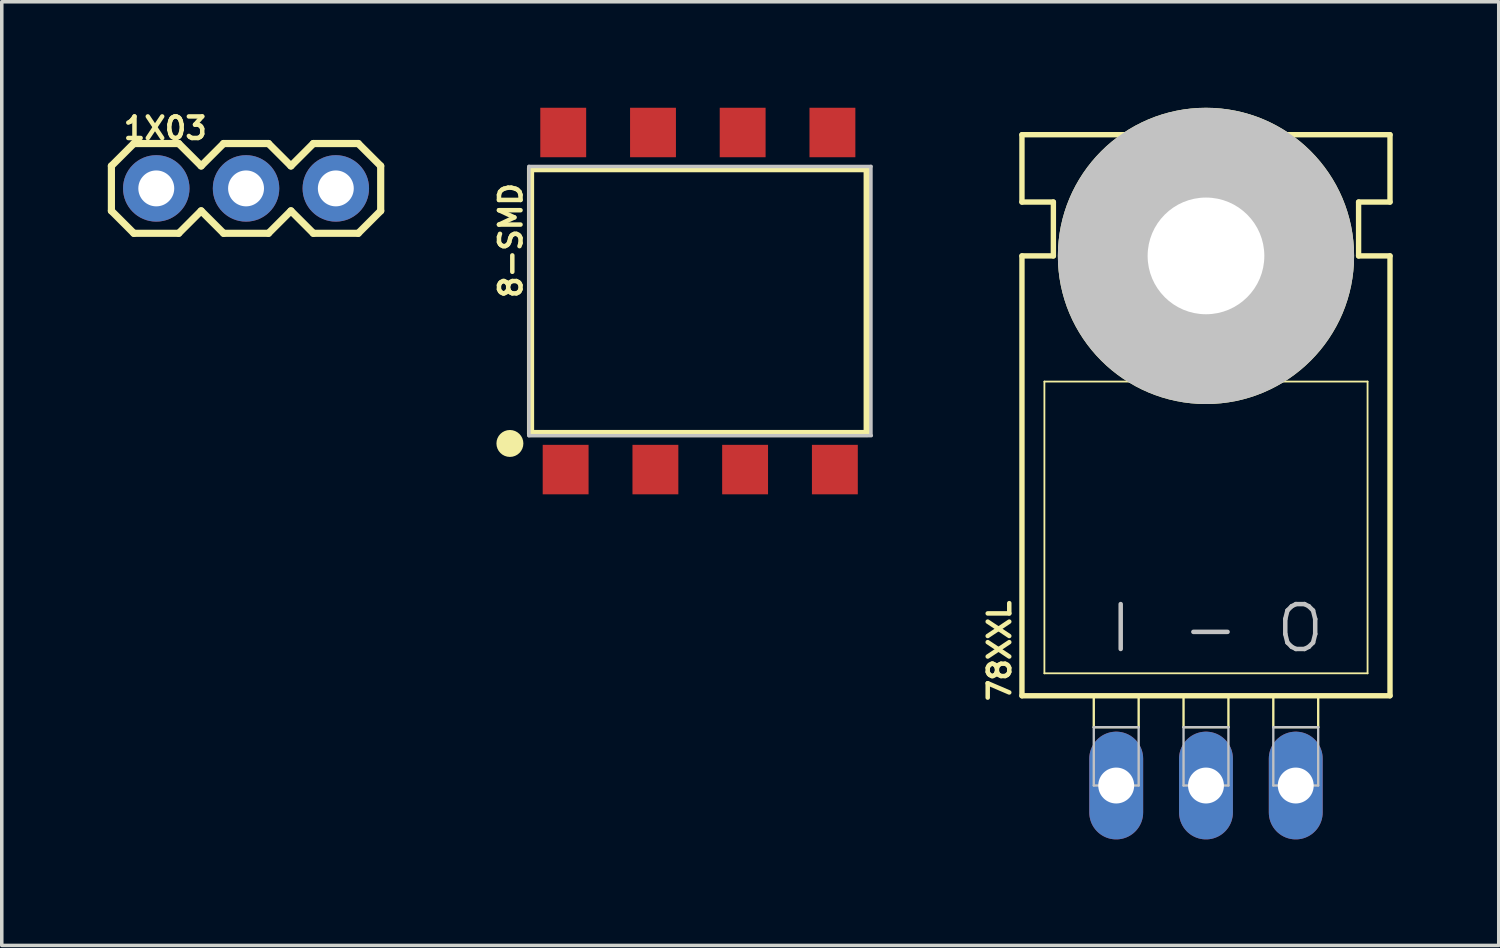
<source format=kicad_pcb>
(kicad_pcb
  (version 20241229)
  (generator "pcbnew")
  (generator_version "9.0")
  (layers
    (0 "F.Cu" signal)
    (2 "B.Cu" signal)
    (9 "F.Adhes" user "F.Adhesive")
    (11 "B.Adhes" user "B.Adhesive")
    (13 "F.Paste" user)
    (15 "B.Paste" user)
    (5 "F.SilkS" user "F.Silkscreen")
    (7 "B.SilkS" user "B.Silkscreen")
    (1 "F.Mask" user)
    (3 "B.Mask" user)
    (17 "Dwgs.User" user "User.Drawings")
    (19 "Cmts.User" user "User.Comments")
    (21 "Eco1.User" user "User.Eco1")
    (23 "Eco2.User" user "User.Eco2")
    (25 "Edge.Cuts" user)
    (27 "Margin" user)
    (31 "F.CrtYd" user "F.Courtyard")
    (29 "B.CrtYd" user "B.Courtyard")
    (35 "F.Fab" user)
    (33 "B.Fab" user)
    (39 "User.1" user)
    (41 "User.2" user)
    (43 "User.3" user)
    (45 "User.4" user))
  (footprint "1X03"
    (layer "F.Cu")
    (at 1.372 2.281)
    (property "Reference" "1X03" (at 0.254 -1.702 0) (layer "F.SilkS") (effects (font (size 0.61 0.61) (thickness 0.127))))
    (attr exclude_from_pos_files exclude_from_bom)
    (fp_line (start -1.27 -0.635) (end -1.27 0.635) (stroke (width 0.203) (type solid)) (layer "F.SilkS"))
    (fp_line (start -1.27 0.635) (end -0.635 1.27) (stroke (width 0.203) (type solid)) (layer "F.SilkS"))
    (fp_line (start -0.635 -1.27) (end -1.27 -0.635) (stroke (width 0.203) (type solid)) (layer "F.SilkS"))
    (fp_line (start -0.635 -1.27) (end 0.635 -1.27) (stroke (width 0.203) (type solid)) (layer "F.SilkS"))
    (fp_line (start 0.635 -1.27) (end 1.27 -0.635) (stroke (width 0.203) (type solid)) (layer "F.SilkS"))
    (fp_line (start 0.635 1.27) (end -0.635 1.27) (stroke (width 0.203) (type solid)) (layer "F.SilkS"))
    (fp_line (start 1.27 -0.635) (end 1.905 -1.27) (stroke (width 0.203) (type solid)) (layer "F.SilkS"))
    (fp_line (start 1.27 0.635) (end 0.635 1.27) (stroke (width 0.203) (type solid)) (layer "F.SilkS"))
    (fp_line (start 1.905 -1.27) (end 3.175 -1.27) (stroke (width 0.203) (type solid)) (layer "F.SilkS"))
    (fp_line (start 1.905 1.27) (end 1.27 0.635) (stroke (width 0.203) (type solid)) (layer "F.SilkS"))
    (fp_line (start 3.175 -1.27) (end 3.81 -0.635) (stroke (width 0.203) (type solid)) (layer "F.SilkS"))
    (fp_line (start 3.175 1.27) (end 1.905 1.27) (stroke (width 0.203) (type solid)) (layer "F.SilkS"))
    (fp_line (start 3.81 -0.635) (end 4.445 -1.27) (stroke (width 0.203) (type solid)) (layer "F.SilkS"))
    (fp_line (start 3.81 0.635) (end 3.175 1.27) (stroke (width 0.203) (type solid)) (layer "F.SilkS"))
    (fp_line (start 4.445 -1.27) (end 5.715 -1.27) (stroke (width 0.203) (type solid)) (layer "F.SilkS"))
    (fp_line (start 4.445 1.27) (end 3.81 0.635) (stroke (width 0.203) (type solid)) (layer "F.SilkS"))
    (fp_line (start 5.715 -1.27) (end 6.35 -0.635) (stroke (width 0.203) (type solid)) (layer "F.SilkS"))
    (fp_line (start 5.715 1.27) (end 4.445 1.27) (stroke (width 0.203) (type solid)) (layer "F.SilkS"))
    (fp_line (start 6.35 -0.635) (end 6.35 0.635) (stroke (width 0.203) (type solid)) (layer "F.SilkS"))
    (fp_line (start 6.35 0.635) (end 5.715 1.27) (stroke (width 0.203) (type solid)) (layer "F.SilkS"))
    (fp_line (start -0.254 -0.254) (end 0.254 -0.254) (stroke (width 0.066) (type solid)) (layer "Dwgs.User"))
    (fp_line (start -0.254 0.254) (end -0.254 -0.254) (stroke (width 0.066) (type solid)) (layer "Dwgs.User"))
    (fp_line (start -0.254 0.254) (end 0.254 0.254) (stroke (width 0.066) (type solid)) (layer "Dwgs.User"))
    (fp_line (start 0.254 0.254) (end 0.254 -0.254) (stroke (width 0.066) (type solid)) (layer "Dwgs.User"))
    (fp_line (start 2.286 -0.254) (end 2.794 -0.254) (stroke (width 0.066) (type solid)) (layer "Dwgs.User"))
    (fp_line (start 2.286 0.254) (end 2.286 -0.254) (stroke (width 0.066) (type solid)) (layer "Dwgs.User"))
    (fp_line (start 2.286 0.254) (end 2.794 0.254) (stroke (width 0.066) (type solid)) (layer "Dwgs.User"))
    (fp_line (start 2.794 0.254) (end 2.794 -0.254) (stroke (width 0.066) (type solid)) (layer "Dwgs.User"))
    (fp_line (start 4.826 -0.254) (end 5.334 -0.254) (stroke (width 0.066) (type solid)) (layer "Dwgs.User"))
    (fp_line (start 4.826 0.254) (end 4.826 -0.254) (stroke (width 0.066) (type solid)) (layer "Dwgs.User"))
    (fp_line (start 4.826 0.254) (end 5.334 0.254) (stroke (width 0.066) (type solid)) (layer "Dwgs.User"))
    (fp_line (start 5.334 0.254) (end 5.334 -0.254) (stroke (width 0.066) (type solid)) (layer "Dwgs.User"))
    (pad "1" thru_hole circle (at 0 0) (size 1.88 1.88) (drill 1.016) (layers "*.Cu" "*.Paste" "*.Mask"))
    (pad "2" thru_hole circle (at 2.54 0) (size 1.88 1.88) (drill 1.016) (layers "*.Cu" "*.Paste" "*.Mask"))
    (pad "3" thru_hole circle (at 5.08 0) (size 1.88 1.88) (drill 1.016) (layers "*.Cu" "*.Paste" "*.Mask")))
  (footprint "8-SMD"
    (layer "F.Cu")
    (at 16.915 5.279)
    (property "Reference" "8-SMD" (at -5.512 -1.524 90) (layer "F.SilkS") (effects (font (size 0.61 0.61) (thickness 0.127))))
    (attr smd)
    (fp_line (start -4.953 -3.556) (end 4.572 -3.556) (stroke (width 0.203) (type solid)) (layer "F.SilkS"))
    (fp_line (start -4.953 3.937) (end -4.953 -3.556) (stroke (width 0.203) (type solid)) (layer "F.SilkS"))
    (fp_line (start 4.572 -3.556) (end 4.572 3.937) (stroke (width 0.203) (type solid)) (layer "F.SilkS"))
    (fp_line (start 4.572 3.937) (end -4.953 3.937) (stroke (width 0.203) (type solid)) (layer "F.SilkS"))
    (fp_circle (center -5.537 4.219) (end -5.537 3.838) (stroke (width 0) (type solid)) (fill yes) (layer "F.SilkS"))
    (fp_line (start -4.999 -3.619) (end 4.679 -3.619) (stroke (width 0.099) (type solid)) (layer "Dwgs.User"))
    (fp_line (start -4.999 3.998) (end -4.999 -3.619) (stroke (width 0.099) (type solid)) (layer "Dwgs.User"))
    (fp_line (start -4.999 3.998) (end 4.689 3.998) (stroke (width 0.099) (type solid)) (layer "Dwgs.User"))
    (fp_line (start 4.679 -3.619) (end 4.679 3.978) (stroke (width 0.099) (type solid)) (layer "Dwgs.User"))
    (pad "1" smd rect (at -3.96 4.958) (size 1.298 1.4) (layers "F.Cu" "F.Mask" "F.Paste"))
    (pad "2" smd rect (at -1.42 4.958) (size 1.298 1.4) (layers "F.Cu" "F.Mask" "F.Paste"))
    (pad "3" smd rect (at 1.118 4.958) (size 1.298 1.4) (layers "F.Cu" "F.Mask" "F.Paste"))
    (pad "4" smd rect (at 3.658 4.958) (size 1.298 1.4) (layers "F.Cu" "F.Mask" "F.Paste"))
    (pad "5" smd rect (at 3.589 -4.58) (size 1.298 1.4) (layers "F.Cu" "F.Mask" "F.Paste"))
    (pad "6" smd rect (at 1.049 -4.58) (size 1.298 1.4) (layers "F.Cu" "F.Mask" "F.Paste"))
    (pad "7" smd rect (at -1.488 -4.58) (size 1.298 1.4) (layers "F.Cu" "F.Mask" "F.Paste"))
    (pad "8" smd rect (at -4.028 -4.58) (size 1.298 1.4) (layers "F.Cu" "F.Mask" "F.Paste")))
  (footprint "78XXL"
    (layer "F.Cu")
    (at 31.074 15.367)
    (property "Reference" "78XXL" (at -5.842 0 90) (layer "F.SilkS") (effects (font (size 0.61 0.61) (thickness 0.127))))
    (attr exclude_from_pos_files exclude_from_bom)
    (fp_line (start -5.207 -12.7) (end -5.207 -14.605) (stroke (width 0.152) (type solid)) (layer "F.SilkS"))
    (fp_line (start -5.207 -11.176) (end -4.318 -11.176) (stroke (width 0.152) (type solid)) (layer "F.SilkS"))
    (fp_line (start -5.207 1.27) (end -5.207 -11.176) (stroke (width 0.152) (type solid)) (layer "F.SilkS"))
    (fp_line (start -5.207 1.27) (end 5.207 1.27) (stroke (width 0.152) (type solid)) (layer "F.SilkS"))
    (fp_line (start -4.572 0.635) (end -4.572 -7.62) (stroke (width 0.051) (type solid)) (layer "F.SilkS"))
    (fp_line (start -4.572 0.635) (end 4.572 0.635) (stroke (width 0.051) (type solid)) (layer "F.SilkS"))
    (fp_line (start -4.318 -12.7) (end -5.207 -12.7) (stroke (width 0.152) (type solid)) (layer "F.SilkS"))
    (fp_line (start -4.318 -11.176) (end -4.318 -12.7) (stroke (width 0.152) (type solid)) (layer "F.SilkS"))
    (fp_line (start -3.175 1.27) (end -1.905 1.27) (stroke (width 0.066) (type solid)) (layer "F.SilkS"))
    (fp_line (start -3.175 2.159) (end -3.175 1.27) (stroke (width 0.066) (type solid)) (layer "F.SilkS"))
    (fp_line (start -3.175 2.159) (end -1.905 2.159) (stroke (width 0.066) (type solid)) (layer "F.SilkS"))
    (fp_line (start -1.905 2.159) (end -1.905 1.27) (stroke (width 0.066) (type solid)) (layer "F.SilkS"))
    (fp_line (start -0.635 1.27) (end 0.635 1.27) (stroke (width 0.066) (type solid)) (layer "F.SilkS"))
    (fp_line (start -0.635 2.159) (end -0.635 1.27) (stroke (width 0.066) (type solid)) (layer "F.SilkS"))
    (fp_line (start -0.635 2.159) (end 0.635 2.159) (stroke (width 0.066) (type solid)) (layer "F.SilkS"))
    (fp_line (start 0.635 2.159) (end 0.635 1.27) (stroke (width 0.066) (type solid)) (layer "F.SilkS"))
    (fp_line (start 1.905 1.27) (end 3.175 1.27) (stroke (width 0.066) (type solid)) (layer "F.SilkS"))
    (fp_line (start 1.905 2.159) (end 1.905 1.27) (stroke (width 0.066) (type solid)) (layer "F.SilkS"))
    (fp_line (start 1.905 2.159) (end 3.175 2.159) (stroke (width 0.066) (type solid)) (layer "F.SilkS"))
    (fp_line (start 3.175 2.159) (end 3.175 1.27) (stroke (width 0.066) (type solid)) (layer "F.SilkS"))
    (fp_line (start 4.318 -12.7) (end 5.207 -12.7) (stroke (width 0.152) (type solid)) (layer "F.SilkS"))
    (fp_line (start 4.318 -11.176) (end 4.318 -12.7) (stroke (width 0.152) (type solid)) (layer "F.SilkS"))
    (fp_line (start 4.572 -7.62) (end -4.572 -7.62) (stroke (width 0.051) (type solid)) (layer "F.SilkS"))
    (fp_line (start 4.572 -7.62) (end 4.572 0.635) (stroke (width 0.051) (type solid)) (layer "F.SilkS"))
    (fp_line (start 5.207 -14.605) (end -5.207 -14.605) (stroke (width 0.152) (type solid)) (layer "F.SilkS"))
    (fp_line (start 5.207 -12.7) (end 5.207 -14.605) (stroke (width 0.152) (type solid)) (layer "F.SilkS"))
    (fp_line (start 5.207 -11.176) (end 4.318 -11.176) (stroke (width 0.152) (type solid)) (layer "F.SilkS"))
    (fp_line (start 5.207 1.27) (end 5.207 -11.176) (stroke (width 0.152) (type solid)) (layer "F.SilkS"))
    (fp_circle (center 0 -11.176) (end 0 -15.367) (stroke (width 0) (type solid)) (fill yes) (layer "F.SilkS"))
    (fp_circle (center 0 -11.176) (end 0 -12.977) (stroke (width 0.152) (type solid)) (fill no) (layer "F.SilkS"))
    (fp_line (start -3.175 2.159) (end -1.905 2.159) (stroke (width 0.066) (type solid)) (layer "Dwgs.User"))
    (fp_line (start -3.175 3.81) (end -3.175 2.159) (stroke (width 0.066) (type solid)) (layer "Dwgs.User"))
    (fp_line (start -3.175 3.81) (end -1.905 3.81) (stroke (width 0.066) (type solid)) (layer "Dwgs.User"))
    (fp_line (start -1.905 3.81) (end -1.905 2.159) (stroke (width 0.066) (type solid)) (layer "Dwgs.User"))
    (fp_line (start -0.635 2.159) (end 0.635 2.159) (stroke (width 0.066) (type solid)) (layer "Dwgs.User"))
    (fp_line (start -0.635 3.81) (end -0.635 2.159) (stroke (width 0.066) (type solid)) (layer "Dwgs.User"))
    (fp_line (start -0.635 3.81) (end 0.635 3.81) (stroke (width 0.066) (type solid)) (layer "Dwgs.User"))
    (fp_line (start 0.635 3.81) (end 0.635 2.159) (stroke (width 0.066) (type solid)) (layer "Dwgs.User"))
    (fp_line (start 1.905 2.159) (end 3.175 2.159) (stroke (width 0.066) (type solid)) (layer "Dwgs.User"))
    (fp_line (start 1.905 3.81) (end 1.905 2.159) (stroke (width 0.066) (type solid)) (layer "Dwgs.User"))
    (fp_line (start 1.905 3.81) (end 3.175 3.81) (stroke (width 0.066) (type solid)) (layer "Dwgs.User"))
    (fp_line (start 3.175 3.81) (end 3.175 2.159) (stroke (width 0.066) (type solid)) (layer "Dwgs.User"))
    (fp_circle (center 0 -11.176) (end 0 -15.367) (stroke (width 0) (type solid)) (fill yes) (layer "Dwgs.User"))
    (fp_text user "A15,2mm" (at 0 -8.636 0) (layer "F.SilkS") (effects (font (size 0.61 0.61) (thickness 0.127))))
    (fp_text user "O" (at 2.667 -0.635 0) (layer "Dwgs.User") (effects (font (size 1.27 1.27) (thickness 0.127))))
    (fp_text user "I" (at -2.413 -0.635 0) (layer "Dwgs.User") (effects (font (size 1.27 1.27) (thickness 0.127))))
    (fp_text user "-" (at 0.127 -0.635 0) (layer "Dwgs.User") (effects (font (size 1.27 1.27) (thickness 0.127))))
    (pad "" np_thru_hole circle (at 0 -11.176) (size 3.302 3.302) (drill 3.302) (layers "*.Cu" "*.Mask"))
    (pad "GND" thru_hole oval (at 0 3.81 180) (size 1.524 3.048) (drill 1.016) (layers "*.Cu" "*.Paste" "*.Mask"))
    (pad "IN" thru_hole oval (at -2.54 3.81 180) (size 1.524 3.048) (drill 1.016) (layers "*.Cu" "*.Paste" "*.Mask"))
    (pad "OUT" thru_hole oval (at 2.54 3.81 180) (size 1.524 3.048) (drill 1.016) (layers "*.Cu" "*.Paste" "*.Mask")))
  (gr_rect
    (start -3 -3)
    (end 39.358 23.701)
    (stroke (width 0.1) (type default))
    (fill no)
    (layer "Edge.Cuts")))
</source>
